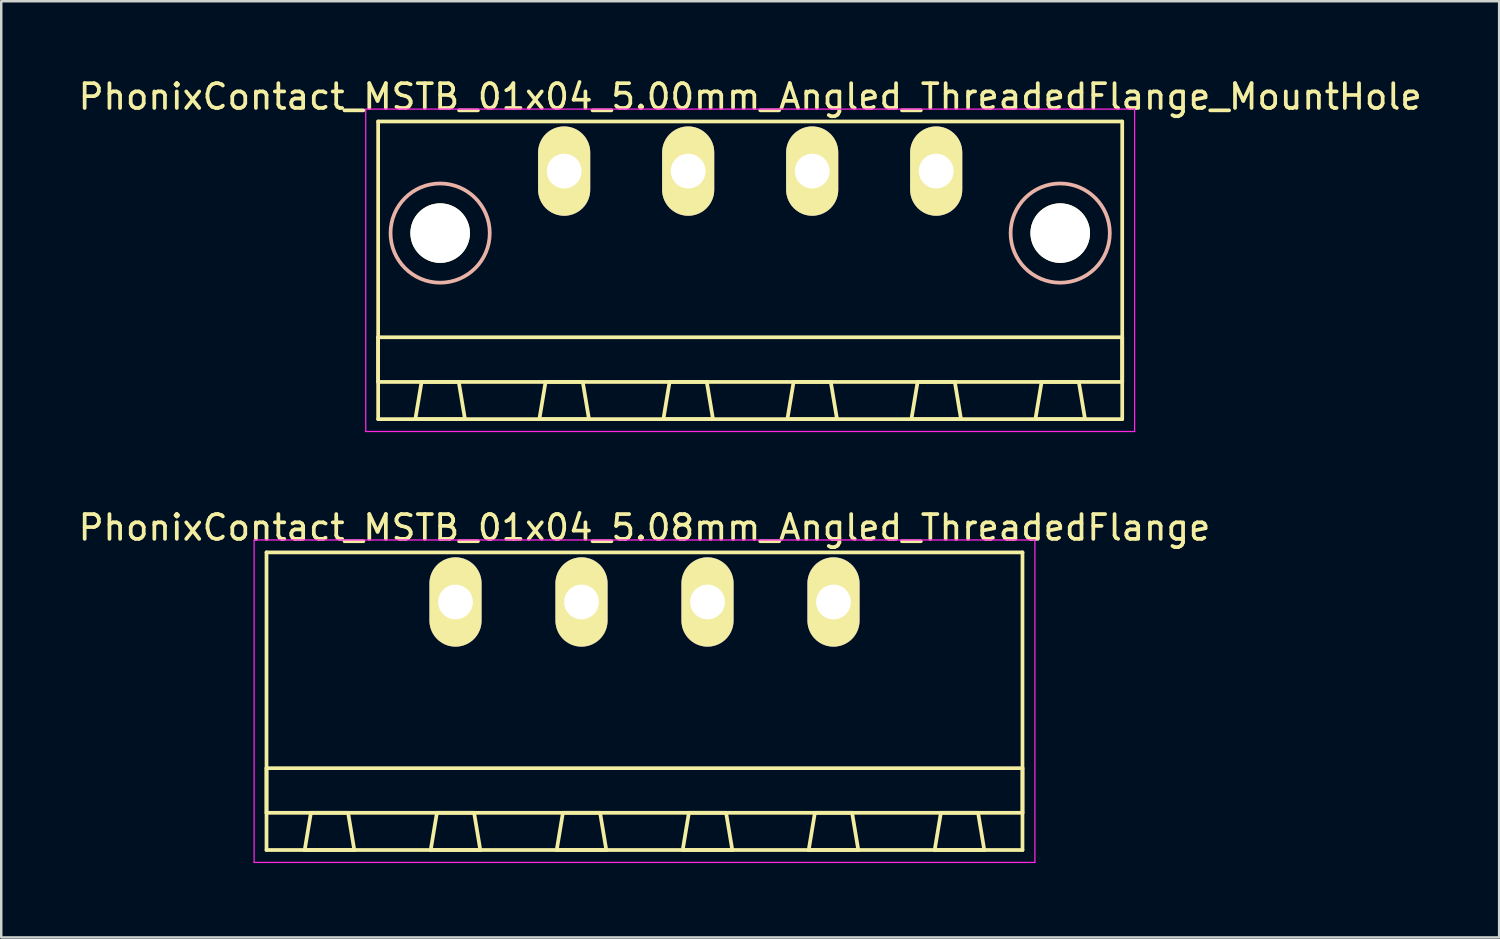
<source format=kicad_pcb>
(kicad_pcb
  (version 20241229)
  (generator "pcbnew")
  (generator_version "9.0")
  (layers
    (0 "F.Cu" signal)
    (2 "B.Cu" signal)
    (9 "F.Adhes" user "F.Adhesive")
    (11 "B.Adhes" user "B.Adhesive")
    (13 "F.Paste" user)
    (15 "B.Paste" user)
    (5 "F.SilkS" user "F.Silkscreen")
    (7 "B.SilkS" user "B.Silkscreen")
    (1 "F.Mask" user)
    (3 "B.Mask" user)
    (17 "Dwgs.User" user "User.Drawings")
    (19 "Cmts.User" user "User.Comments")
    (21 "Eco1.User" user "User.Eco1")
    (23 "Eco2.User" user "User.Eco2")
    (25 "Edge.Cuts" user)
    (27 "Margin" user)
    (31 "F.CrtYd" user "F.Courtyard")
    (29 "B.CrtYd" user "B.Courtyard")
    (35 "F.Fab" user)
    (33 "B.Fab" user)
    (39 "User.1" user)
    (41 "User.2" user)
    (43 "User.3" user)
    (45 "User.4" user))
  (footprint "PhonixContact_MSTB_01x04_5.00mm_Angled_ThreadedFlange_MountHole"
    (layer "F.Cu")
    (at 19.696 3.848)
    (property "Reference" "PhonixContact_MSTB_01x04_5.00mm_Angled_ThreadedFlange_MountHole" (at 7.5 -3 0) (layer "F.SilkS") (effects (font (size 1 1) (thickness 0.15))))
    (attr through_hole)
    (fp_line (start -7.5 -2) (end -7.5 10) (stroke (width 0.15) (type solid)) (layer "F.SilkS"))
    (fp_line (start -7.5 6.7) (end 22.5 6.7) (stroke (width 0.15) (type solid)) (layer "F.SilkS"))
    (fp_line (start -7.5 8.5) (end -7.5 6.7) (stroke (width 0.15) (type solid)) (layer "F.SilkS"))
    (fp_line (start -7.5 10) (end 22.5 10) (stroke (width 0.15) (type solid)) (layer "F.SilkS"))
    (fp_line (start -6 10) (end -4 10) (stroke (width 0.15) (type solid)) (layer "F.SilkS"))
    (fp_line (start -5.75 8.5) (end -6 10) (stroke (width 0.15) (type solid)) (layer "F.SilkS"))
    (fp_line (start -4.25 8.5) (end -5.75 8.5) (stroke (width 0.15) (type solid)) (layer "F.SilkS"))
    (fp_line (start -4 10) (end -4.25 8.5) (stroke (width 0.15) (type solid)) (layer "F.SilkS"))
    (fp_line (start -1 10) (end 1 10) (stroke (width 0.15) (type solid)) (layer "F.SilkS"))
    (fp_line (start -0.75 8.5) (end -1 10) (stroke (width 0.15) (type solid)) (layer "F.SilkS"))
    (fp_line (start 0.75 8.5) (end -0.75 8.5) (stroke (width 0.15) (type solid)) (layer "F.SilkS"))
    (fp_line (start 1 10) (end 0.75 8.5) (stroke (width 0.15) (type solid)) (layer "F.SilkS"))
    (fp_line (start 4 10) (end 6 10) (stroke (width 0.15) (type solid)) (layer "F.SilkS"))
    (fp_line (start 4.25 8.5) (end 4 10) (stroke (width 0.15) (type solid)) (layer "F.SilkS"))
    (fp_line (start 5.75 8.5) (end 4.25 8.5) (stroke (width 0.15) (type solid)) (layer "F.SilkS"))
    (fp_line (start 6 10) (end 5.75 8.5) (stroke (width 0.15) (type solid)) (layer "F.SilkS"))
    (fp_line (start 9 10) (end 11 10) (stroke (width 0.15) (type solid)) (layer "F.SilkS"))
    (fp_line (start 9.25 8.5) (end 9 10) (stroke (width 0.15) (type solid)) (layer "F.SilkS"))
    (fp_line (start 10.75 8.5) (end 9.25 8.5) (stroke (width 0.15) (type solid)) (layer "F.SilkS"))
    (fp_line (start 11 10) (end 10.75 8.5) (stroke (width 0.15) (type solid)) (layer "F.SilkS"))
    (fp_line (start 14 10) (end 16 10) (stroke (width 0.15) (type solid)) (layer "F.SilkS"))
    (fp_line (start 14.25 8.5) (end 14 10) (stroke (width 0.15) (type solid)) (layer "F.SilkS"))
    (fp_line (start 15.75 8.5) (end 14.25 8.5) (stroke (width 0.15) (type solid)) (layer "F.SilkS"))
    (fp_line (start 16 10) (end 15.75 8.5) (stroke (width 0.15) (type solid)) (layer "F.SilkS"))
    (fp_line (start 19 10) (end 21 10) (stroke (width 0.15) (type solid)) (layer "F.SilkS"))
    (fp_line (start 19.25 8.5) (end 19 10) (stroke (width 0.15) (type solid)) (layer "F.SilkS"))
    (fp_line (start 20.75 8.5) (end 19.25 8.5) (stroke (width 0.15) (type solid)) (layer "F.SilkS"))
    (fp_line (start 21 10) (end 20.75 8.5) (stroke (width 0.15) (type solid)) (layer "F.SilkS"))
    (fp_line (start 22.5 -2) (end -7.5 -2) (stroke (width 0.15) (type solid)) (layer "F.SilkS"))
    (fp_line (start 22.5 6.7) (end 22.5 8.5) (stroke (width 0.15) (type solid)) (layer "F.SilkS"))
    (fp_line (start 22.5 8.5) (end -7.5 8.5) (stroke (width 0.15) (type solid)) (layer "F.SilkS"))
    (fp_line (start 22.5 10) (end 22.5 -2) (stroke (width 0.15) (type solid)) (layer "F.SilkS"))
    (fp_circle (center -5 2.5) (end -3 2.5) (stroke (width 0.15) (type solid)) (fill no) (layer "B.SilkS"))
    (fp_circle (center 20 2.5) (end 22 2.5) (stroke (width 0.15) (type solid)) (fill no) (layer "B.SilkS"))
    (fp_line (start -8 -2.5) (end -8 10.5) (stroke (width 0.05) (type solid)) (layer "F.CrtYd"))
    (fp_line (start -8 10.5) (end 23 10.5) (stroke (width 0.05) (type solid)) (layer "F.CrtYd"))
    (fp_line (start 23 -2.5) (end -8 -2.5) (stroke (width 0.05) (type solid)) (layer "F.CrtYd"))
    (fp_line (start 23 10.5) (end 23 -2.5) (stroke (width 0.05) (type solid)) (layer "F.CrtYd"))
    (pad "" np_thru_hole circle (at -5 2.5) (size 2.4 2.4) (drill 2.4) (layers "*.Cu" "*.Mask" "F.SilkS"))
    (pad "" np_thru_hole circle (at 20 2.5) (size 2.4 2.4) (drill 2.4) (layers "*.Cu" "*.Mask" "F.SilkS"))
    (pad "1" thru_hole oval (at 0 0) (size 2.1 3.6) (drill 1.4) (layers "*.Cu" "*.Mask" "F.SilkS"))
    (pad "2" thru_hole oval (at 5 0) (size 2.1 3.6) (drill 1.4) (layers "*.Cu" "*.Mask" "F.SilkS"))
    (pad "3" thru_hole oval (at 10 0) (size 2.1 3.6) (drill 1.4) (layers "*.Cu" "*.Mask" "F.SilkS"))
    (pad "4" thru_hole oval (at 15 0) (size 2.1 3.6) (drill 1.4) (layers "*.Cu" "*.Mask" "F.SilkS")))
  (footprint "PhonixContact_MSTB_01x04_5.08mm_Angled_ThreadedFlange"
    (layer "F.Cu")
    (at 15.315 21.221)
    (property "Reference" "PhonixContact_MSTB_01x04_5.08mm_Angled_ThreadedFlange" (at 7.62 -3 0) (layer "F.SilkS") (effects (font (size 1 1) (thickness 0.15))))
    (attr through_hole)
    (fp_line (start -7.62 -2) (end -7.62 10) (stroke (width 0.15) (type solid)) (layer "F.SilkS"))
    (fp_line (start -7.62 6.7) (end 22.86 6.7) (stroke (width 0.15) (type solid)) (layer "F.SilkS"))
    (fp_line (start -7.62 8.5) (end -7.62 6.7) (stroke (width 0.15) (type solid)) (layer "F.SilkS"))
    (fp_line (start -7.62 10) (end 22.86 10) (stroke (width 0.15) (type solid)) (layer "F.SilkS"))
    (fp_line (start -6.08 10) (end -4.08 10) (stroke (width 0.15) (type solid)) (layer "F.SilkS"))
    (fp_line (start -5.83 8.5) (end -6.08 10) (stroke (width 0.15) (type solid)) (layer "F.SilkS"))
    (fp_line (start -4.33 8.5) (end -5.83 8.5) (stroke (width 0.15) (type solid)) (layer "F.SilkS"))
    (fp_line (start -4.08 10) (end -4.33 8.5) (stroke (width 0.15) (type solid)) (layer "F.SilkS"))
    (fp_line (start -1 10) (end 1 10) (stroke (width 0.15) (type solid)) (layer "F.SilkS"))
    (fp_line (start -0.75 8.5) (end -1 10) (stroke (width 0.15) (type solid)) (layer "F.SilkS"))
    (fp_line (start 0.75 8.5) (end -0.75 8.5) (stroke (width 0.15) (type solid)) (layer "F.SilkS"))
    (fp_line (start 1 10) (end 0.75 8.5) (stroke (width 0.15) (type solid)) (layer "F.SilkS"))
    (fp_line (start 4.08 10) (end 6.08 10) (stroke (width 0.15) (type solid)) (layer "F.SilkS"))
    (fp_line (start 4.33 8.5) (end 4.08 10) (stroke (width 0.15) (type solid)) (layer "F.SilkS"))
    (fp_line (start 5.83 8.5) (end 4.33 8.5) (stroke (width 0.15) (type solid)) (layer "F.SilkS"))
    (fp_line (start 6.08 10) (end 5.83 8.5) (stroke (width 0.15) (type solid)) (layer "F.SilkS"))
    (fp_line (start 9.16 10) (end 11.16 10) (stroke (width 0.15) (type solid)) (layer "F.SilkS"))
    (fp_line (start 9.41 8.5) (end 9.16 10) (stroke (width 0.15) (type solid)) (layer "F.SilkS"))
    (fp_line (start 10.91 8.5) (end 9.41 8.5) (stroke (width 0.15) (type solid)) (layer "F.SilkS"))
    (fp_line (start 11.16 10) (end 10.91 8.5) (stroke (width 0.15) (type solid)) (layer "F.SilkS"))
    (fp_line (start 14.24 10) (end 16.24 10) (stroke (width 0.15) (type solid)) (layer "F.SilkS"))
    (fp_line (start 14.49 8.5) (end 14.24 10) (stroke (width 0.15) (type solid)) (layer "F.SilkS"))
    (fp_line (start 15.99 8.5) (end 14.49 8.5) (stroke (width 0.15) (type solid)) (layer "F.SilkS"))
    (fp_line (start 16.24 10) (end 15.99 8.5) (stroke (width 0.15) (type solid)) (layer "F.SilkS"))
    (fp_line (start 19.32 10) (end 21.32 10) (stroke (width 0.15) (type solid)) (layer "F.SilkS"))
    (fp_line (start 19.57 8.5) (end 19.32 10) (stroke (width 0.15) (type solid)) (layer "F.SilkS"))
    (fp_line (start 21.07 8.5) (end 19.57 8.5) (stroke (width 0.15) (type solid)) (layer "F.SilkS"))
    (fp_line (start 21.32 10) (end 21.07 8.5) (stroke (width 0.15) (type solid)) (layer "F.SilkS"))
    (fp_line (start 22.86 -2) (end -7.62 -2) (stroke (width 0.15) (type solid)) (layer "F.SilkS"))
    (fp_line (start 22.86 6.7) (end 22.86 8.5) (stroke (width 0.15) (type solid)) (layer "F.SilkS"))
    (fp_line (start 22.86 8.5) (end -7.62 8.5) (stroke (width 0.15) (type solid)) (layer "F.SilkS"))
    (fp_line (start 22.86 10) (end 22.86 -2) (stroke (width 0.15) (type solid)) (layer "F.SilkS"))
    (fp_line (start -8.12 -2.5) (end -8.12 10.5) (stroke (width 0.05) (type solid)) (layer "F.CrtYd"))
    (fp_line (start -8.12 10.5) (end 23.36 10.5) (stroke (width 0.05) (type solid)) (layer "F.CrtYd"))
    (fp_line (start 23.36 -2.5) (end -8.12 -2.5) (stroke (width 0.05) (type solid)) (layer "F.CrtYd"))
    (fp_line (start 23.36 10.5) (end 23.36 -2.5) (stroke (width 0.05) (type solid)) (layer "F.CrtYd"))
    (pad "1" thru_hole oval (at 0 0) (size 2.1 3.6) (drill 1.4) (layers "*.Cu" "*.Mask" "F.SilkS"))
    (pad "2" thru_hole oval (at 5.08 0) (size 2.1 3.6) (drill 1.4) (layers "*.Cu" "*.Mask" "F.SilkS"))
    (pad "3" thru_hole oval (at 10.16 0) (size 2.1 3.6) (drill 1.4) (layers "*.Cu" "*.Mask" "F.SilkS"))
    (pad "4" thru_hole oval (at 15.24 0) (size 2.1 3.6) (drill 1.4) (layers "*.Cu" "*.Mask" "F.SilkS")))
  (gr_rect
    (start -3 -3)
    (end 57.393 34.746)
    (stroke (width 0.1) (type default))
    (fill no)
    (layer "Edge.Cuts")))
</source>
